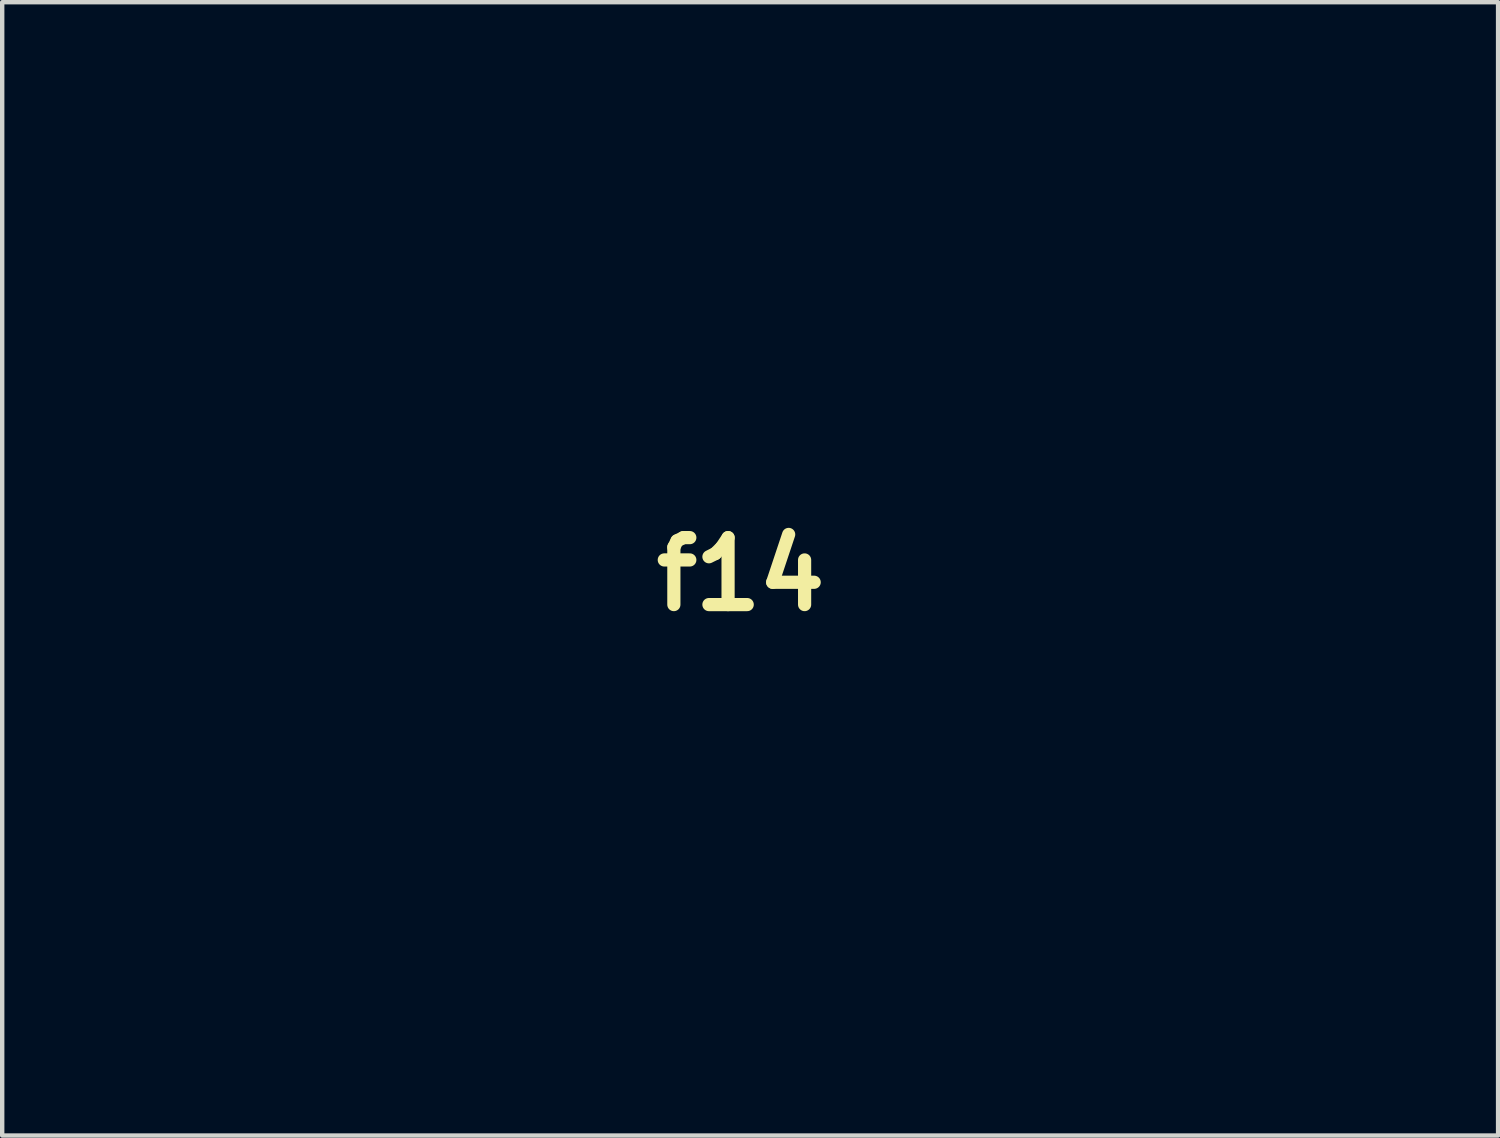
<source format=kicad_pcb>
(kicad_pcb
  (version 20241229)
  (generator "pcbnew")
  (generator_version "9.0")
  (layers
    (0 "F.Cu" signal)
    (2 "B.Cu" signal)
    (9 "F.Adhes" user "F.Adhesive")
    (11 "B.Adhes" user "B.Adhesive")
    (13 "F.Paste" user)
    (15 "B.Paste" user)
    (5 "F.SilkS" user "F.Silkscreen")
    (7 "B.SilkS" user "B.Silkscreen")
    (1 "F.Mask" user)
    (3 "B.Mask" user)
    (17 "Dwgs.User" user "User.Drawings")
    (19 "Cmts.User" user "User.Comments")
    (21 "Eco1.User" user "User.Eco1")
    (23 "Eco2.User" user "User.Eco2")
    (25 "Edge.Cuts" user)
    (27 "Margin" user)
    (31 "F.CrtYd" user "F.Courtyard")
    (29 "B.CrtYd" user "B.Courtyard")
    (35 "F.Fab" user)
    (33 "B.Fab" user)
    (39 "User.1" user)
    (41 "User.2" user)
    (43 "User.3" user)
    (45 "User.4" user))
  (footprint "f14"
    (layer "F.Cu")
    (at 13.81 10.02)
    (property "Reference" "f14" (at 0 0 0) (layer "F.SilkS") (effects (font (size 1.524 1.524) (thickness 0.3))))
    (attr board_only exclude_from_pos_files exclude_from_bom)
    (fp_poly (pts (xy 2.432 -10.014) (xy 2.44 -9.999) (xy 2.447 -9.97) (xy 2.454 -9.925) (xy 2.461 -9.859) (xy 2.469 -9.77) (xy 2.477 -9.653) (xy 2.485 -9.506) (xy 2.495 -9.326) (xy 2.506 -9.107) (xy 2.519 -8.848) (xy 2.533 -8.545) (xy 2.544 -8.325) (xy 2.561 -7.945) (xy 2.577 -7.613) (xy 2.59 -7.324) (xy 2.601 -7.075) (xy 2.609 -6.863) (xy 2.616 -6.685) (xy 2.621 -6.538) (xy 2.625 -6.418) (xy 2.626 -6.322) (xy 2.626 -6.246) (xy 2.625 -6.189) (xy 2.622 -6.146) (xy 2.618 -6.114) (xy 2.614 -6.094) (xy 2.606 -6.054) (xy 2.616 -6.034) (xy 2.654 -6.026) (xy 2.731 -6.025) (xy 2.731 -6.025) (xy 2.869 -6.001) (xy 3.008 -5.936) (xy 3.14 -5.835) (xy 3.256 -5.706) (xy 3.348 -5.556) (xy 3.378 -5.487) (xy 3.388 -5.462) (xy 3.398 -5.445) (xy 3.416 -5.44) (xy 3.447 -5.449) (xy 3.497 -5.474) (xy 3.573 -5.518) (xy 3.681 -5.583) (xy 3.791 -5.651) (xy 4.067 -5.818) (xy 5.48 -5.987) (xy 5.741 -6.018) (xy 5.986 -6.048) (xy 6.213 -6.075) (xy 6.415 -6.1) (xy 6.588 -6.122) (xy 6.729 -6.14) (xy 6.833 -6.154) (xy 6.894 -6.162) (xy 6.91 -6.165) (xy 6.951 -6.169) (xy 7.027 -6.159) (xy 7.126 -6.14) (xy 7.237 -6.112) (xy 7.346 -6.081) (xy 7.442 -6.048) (xy 7.492 -6.026) (xy 7.596 -5.969) (xy 7.657 -5.913) (xy 7.68 -5.848) (xy 7.671 -5.765) (xy 7.661 -5.727) (xy 7.617 -5.63) (xy 7.547 -5.564) (xy 7.44 -5.518) (xy 7.399 -5.503) (xy 7.319 -5.469) (xy 7.202 -5.42) (xy 7.052 -5.356) (xy 6.875 -5.278) (xy 6.672 -5.19) (xy 6.449 -5.093) (xy 6.209 -4.987) (xy 5.956 -4.876) (xy 5.694 -4.76) (xy 5.426 -4.642) (xy 5.157 -4.523) (xy 4.891 -4.405) (xy 4.631 -4.29) (xy 4.381 -4.179) (xy 4.146 -4.074) (xy 3.928 -3.976) (xy 3.733 -3.888) (xy 3.563 -3.812) (xy 3.423 -3.748) (xy 3.316 -3.699) (xy 3.247 -3.666) (xy 3.219 -3.651) (xy 3.219 -3.651) (xy 3.219 -3.649) (xy 3.218 -3.647) (xy 3.218 -3.645) (xy 3.219 -3.644) (xy 3.225 -3.643) (xy 3.237 -3.644) (xy 3.257 -3.645) (xy 3.287 -3.647) (xy 3.329 -3.651) (xy 3.385 -3.656) (xy 3.456 -3.663) (xy 3.545 -3.672) (xy 3.654 -3.684) (xy 3.784 -3.698) (xy 3.937 -3.714) (xy 4.116 -3.733) (xy 4.322 -3.756) (xy 4.557 -3.781) (xy 4.823 -3.81) (xy 5.122 -3.843) (xy 5.455 -3.88) (xy 5.826 -3.92) (xy 6.235 -3.965) (xy 6.685 -4.015) (xy 7.177 -4.069) (xy 7.714 -4.128) (xy 8.297 -4.192) (xy 8.791 -4.246) (xy 9.422 -4.315) (xy 10.006 -4.379) (xy 10.542 -4.438) (xy 11.035 -4.492) (xy 11.484 -4.54) (xy 11.892 -4.584) (xy 12.26 -4.624) (xy 12.591 -4.659) (xy 12.885 -4.69) (xy 13.145 -4.717) (xy 13.372 -4.74) (xy 13.568 -4.76) (xy 13.734 -4.776) (xy 13.873 -4.789) (xy 13.986 -4.799) (xy 14.074 -4.805) (xy 14.14 -4.809) (xy 14.185 -4.811) (xy 14.21 -4.81) (xy 14.218 -4.807) (xy 14.235 -4.756) (xy 14.214 -4.683) (xy 14.156 -4.584) (xy 14.121 -4.535) (xy 14.083 -4.485) (xy 14.04 -4.433) (xy 13.988 -4.373) (xy 13.921 -4.3) (xy 13.834 -4.208) (xy 13.722 -4.092) (xy 13.582 -3.946) (xy 13.428 -3.815) (xy 13.254 -3.714) (xy 13.075 -3.652) (xy 13.025 -3.642) (xy 12.991 -3.635) (xy 12.91 -3.617) (xy 12.786 -3.589) (xy 12.62 -3.552) (xy 12.415 -3.506) (xy 12.173 -3.451) (xy 11.896 -3.389) (xy 11.588 -3.319) (xy 11.251 -3.243) (xy 10.886 -3.16) (xy 10.497 -3.072) (xy 10.085 -2.978) (xy 9.654 -2.88) (xy 9.206 -2.778) (xy 8.742 -2.672) (xy 8.266 -2.564) (xy 8.213 -2.552) (xy 7.568 -2.405) (xy 6.972 -2.268) (xy 6.423 -2.142) (xy 5.922 -2.027) (xy 5.468 -1.922) (xy 5.061 -1.828) (xy 4.7 -1.743) (xy 4.385 -1.669) (xy 4.115 -1.605) (xy 3.889 -1.551) (xy 3.709 -1.506) (xy 3.572 -1.471) (xy 3.479 -1.446) (xy 3.429 -1.431) (xy 3.421 -1.427) (xy 3.386 -1.401) (xy 3.318 -1.344) (xy 3.221 -1.262) (xy 3.099 -1.157) (xy 2.955 -1.032) (xy 2.794 -0.892) (xy 2.62 -0.74) (xy 2.441 -0.582) (xy 1.541 0.212) (xy 1.373 0.637) (xy 1.289 0.85) (xy 1.218 1.022) (xy 1.159 1.159) (xy 1.108 1.266) (xy 1.063 1.35) (xy 1.02 1.417) (xy 0.976 1.472) (xy 0.929 1.521) (xy 0.927 1.523) (xy 0.888 1.559) (xy 0.849 1.591) (xy 0.803 1.619) (xy 0.744 1.648) (xy 0.664 1.681) (xy 0.558 1.72) (xy 0.419 1.769) (xy 0.239 1.83) (xy 0.222 1.835) (xy -0.365 2.033) (xy -0.509 2.241) (xy -0.573 2.329) (xy -0.628 2.398) (xy -0.669 2.441) (xy -0.683 2.45) (xy -0.718 2.456) (xy -0.79 2.474) (xy -0.889 2.499) (xy -0.992 2.527) (xy -1.27 2.604) (xy -1.409 2.835) (xy -1.479 2.958) (xy -1.548 3.092) (xy -1.606 3.216) (xy -1.627 3.265) (xy -1.671 3.369) (xy -1.717 3.467) (xy -1.756 3.54) (xy -1.763 3.55) (xy -1.806 3.62) (xy -1.859 3.711) (xy -1.901 3.788) (xy -2.016 3.999) (xy -2.109 4.171) (xy -2.183 4.308) (xy -2.24 4.413) (xy -2.282 4.492) (xy -2.313 4.548) (xy -2.333 4.586) (xy -2.346 4.61) (xy -2.351 4.619) (xy -2.383 4.681) (xy -2.427 4.776) (xy -2.48 4.891) (xy -2.533 5.012) (xy -2.582 5.125) (xy -2.615 5.205) (xy -2.659 5.294) (xy -2.726 5.408) (xy -2.807 5.53) (xy -2.868 5.614) (xy -2.985 5.773) (xy -3.073 5.906) (xy -3.137 6.024) (xy -3.184 6.137) (xy -3.215 6.239) (xy -3.248 6.348) (xy -3.292 6.464) (xy -3.314 6.515) (xy -3.356 6.596) (xy -3.42 6.705) (xy -3.498 6.831) (xy -3.584 6.964) (xy -3.672 7.094) (xy -3.756 7.212) (xy -3.827 7.309) (xy -3.882 7.373) (xy -3.888 7.38) (xy -3.936 7.437) (xy -4 7.523) (xy -4.069 7.626) (xy -4.116 7.7) (xy -4.271 7.943) (xy -4.421 8.151) (xy -4.566 8.327) (xy -4.629 8.401) (xy -4.708 8.497) (xy -4.788 8.599) (xy -4.812 8.63) (xy -4.876 8.709) (xy -4.959 8.804) (xy -5.054 8.911) (xy -5.157 9.021) (xy -5.261 9.13) (xy -5.359 9.23) (xy -5.446 9.316) (xy -5.516 9.381) (xy -5.562 9.418) (xy -5.576 9.425) (xy -5.605 9.442) (xy -5.659 9.487) (xy -5.73 9.552) (xy -5.779 9.6) (xy -5.875 9.691) (xy -5.95 9.748) (xy -6.015 9.773) (xy -6.08 9.772) (xy -6.149 9.75) (xy -6.193 9.711) (xy -6.246 9.635) (xy -6.301 9.531) (xy -6.355 9.408) (xy -6.402 9.278) (xy -6.438 9.151) (xy -6.445 9.121) (xy -6.461 9.034) (xy -6.471 8.948) (xy -6.477 8.852) (xy -6.478 8.735) (xy -6.475 8.587) (xy -6.471 8.45) (xy -6.461 8.215) (xy -6.449 8.017) (xy -6.434 7.839) (xy -6.413 7.669) (xy -6.386 7.491) (xy -6.35 7.292) (xy -6.318 7.13) (xy -6.284 6.955) (xy -6.261 6.819) (xy -6.247 6.713) (xy -6.242 6.625) (xy -6.244 6.548) (xy -6.246 6.53) (xy -6.249 6.399) (xy -6.233 6.267) (xy -6.21 6.162) (xy -6.18 6.04) (xy -6.147 5.911) (xy -6.12 5.802) (xy -6.119 5.8) (xy -6.064 5.599) (xy -6.002 5.401) (xy -5.935 5.22) (xy -5.871 5.068) (xy -5.836 5) (xy -5.732 4.801) (xy -5.655 4.634) (xy -5.602 4.487) (xy -5.57 4.354) (xy -5.556 4.224) (xy -5.555 4.171) (xy -5.547 4.061) (xy -5.526 3.916) (xy -5.495 3.746) (xy -5.455 3.564) (xy -5.41 3.382) (xy -5.362 3.211) (xy -5.314 3.063) (xy -5.305 3.038) (xy -5.264 2.927) (xy -5.23 2.834) (xy -5.207 2.767) (xy -5.198 2.738) (xy -5.22 2.729) (xy -5.286 2.716) (xy -5.39 2.702) (xy -5.526 2.686) (xy -5.687 2.67) (xy -5.737 2.665) (xy -5.922 2.649) (xy -6.062 2.634) (xy -6.163 2.621) (xy -6.229 2.607) (xy -6.266 2.59) (xy -6.279 2.568) (xy -6.273 2.54) (xy -6.254 2.505) (xy -6.246 2.493) (xy -6.224 2.447) (xy -6.19 2.366) (xy -6.15 2.263) (xy -6.118 2.176) (xy -6.077 2.056) (xy -6.052 1.972) (xy -6.041 1.914) (xy -6.043 1.869) (xy -6.052 1.838) (xy -6.062 1.8) (xy -6.083 1.717) (xy -6.112 1.596) (xy -6.148 1.44) (xy -6.191 1.255) (xy -6.24 1.045) (xy -6.292 0.816) (xy -6.348 0.572) (xy -6.37 0.475) (xy -6.425 0.229) (xy -6.478 -0.002) (xy -6.526 -0.213) (xy -6.569 -0.4) (xy -6.606 -0.558) (xy -6.636 -0.684) (xy -6.657 -0.771) (xy -6.668 -0.816) (xy -6.67 -0.822) (xy -6.675 -0.824) (xy -6.689 -0.827) (xy -6.713 -0.832) (xy -6.75 -0.838) (xy -6.803 -0.846) (xy -6.872 -0.856) (xy -6.961 -0.868) (xy -7.071 -0.883) (xy -7.206 -0.901) (xy -7.367 -0.922) (xy -7.556 -0.947) (xy -7.776 -0.976) (xy -8.029 -1.009) (xy -8.317 -1.046) (xy -8.643 -1.088) (xy -9.008 -1.135) (xy -9.415 -1.188) (xy -9.867 -1.246) (xy -10.364 -1.31) (xy -10.604 -1.341) (xy -13.687 -1.737) (xy -13.753 -1.857) (xy -13.78 -1.911) (xy -13.798 -1.957) (xy -13.807 -2.008) (xy -13.81 -2.076) (xy -13.806 -2.173) (xy -13.8 -2.271) (xy -13.791 -2.395) (xy -13.778 -2.507) (xy -13.764 -2.594) (xy -13.753 -2.639) (xy -13.722 -2.712) (xy -9.02 -2.876) (xy -8.446 -2.895) (xy -7.92 -2.914) (xy -7.44 -2.93) (xy -7.004 -2.945) (xy -6.609 -2.958) (xy -6.253 -2.97) (xy -5.935 -2.98) (xy -5.652 -2.989) (xy -5.401 -2.997) (xy -5.182 -3.003) (xy -4.991 -3.008) (xy -4.827 -3.012) (xy -4.687 -3.015) (xy -4.569 -3.017) (xy -4.471 -3.017) (xy -4.392 -3.017) (xy -4.328 -3.016) (xy -4.278 -3.014) (xy -4.24 -3.011) (xy -4.211 -3.008) (xy -4.19 -3.004) (xy -4.184 -3.002) (xy -4.051 -2.966) (xy -4.059 -2.871) (xy -4.058 -2.81) (xy -4.046 -2.775) (xy -4.041 -2.772) (xy -4.013 -2.789) (xy -3.967 -2.838) (xy -3.912 -2.907) (xy -3.856 -2.985) (xy -3.806 -3.061) (xy -3.772 -3.123) (xy -3.761 -3.161) (xy -3.762 -3.163) (xy -3.783 -3.182) (xy -3.841 -3.228) (xy -3.931 -3.296) (xy -4.049 -3.385) (xy -4.191 -3.491) (xy -4.353 -3.61) (xy -4.531 -3.741) (xy -4.667 -3.839) (xy -4.892 -4.003) (xy -5.08 -4.141) (xy -5.234 -4.256) (xy -5.357 -4.35) (xy -5.453 -4.428) (xy -5.524 -4.491) (xy -5.573 -4.544) (xy -5.605 -4.588) (xy -5.622 -4.628) (xy -5.628 -4.666) (xy -5.625 -4.705) (xy -5.62 -4.734) (xy -5.599 -4.796) (xy -5.554 -4.856) (xy -5.477 -4.927) (xy -5.463 -4.938) (xy -5.356 -5.016) (xy -5.23 -5.091) (xy -5.099 -5.158) (xy -4.975 -5.21) (xy -4.87 -5.242) (xy -4.812 -5.25) (xy -4.766 -5.252) (xy -4.678 -5.257) (xy -4.554 -5.266) (xy -4.4 -5.277) (xy -4.221 -5.29) (xy -4.026 -5.305) (xy -3.818 -5.321) (xy -3.604 -5.337) (xy -3.391 -5.354) (xy -3.184 -5.371) (xy -2.989 -5.387) (xy -2.813 -5.401) (xy -2.661 -5.414) (xy -2.539 -5.425) (xy -2.454 -5.433) (xy -2.411 -5.438) (xy -2.407 -5.439) (xy -2.401 -5.449) (xy -2.395 -5.477) (xy -2.391 -5.527) (xy -2.387 -5.6) (xy -2.384 -5.7) (xy -2.381 -5.831) (xy -2.38 -5.994) (xy -2.379 -6.194) (xy -2.378 -6.433) (xy -2.378 -6.714) (xy -2.378 -7.04) (xy -2.379 -7.252) (xy -2.383 -9.054) (xy -2.3 -9.216) (xy -2.203 -9.369) (xy -2.083 -9.502) (xy -1.994 -9.577) (xy -1.928 -9.618) (xy -1.882 -9.62) (xy -1.852 -9.583) (xy -1.835 -9.502) (xy -1.828 -9.376) (xy -1.827 -9.288) (xy -1.826 -9.227) (xy -1.824 -9.166) (xy -1.819 -9.099) (xy -1.811 -9.023) (xy -1.799 -8.933) (xy -1.782 -8.825) (xy -1.76 -8.695) (xy -1.732 -8.539) (xy -1.698 -8.352) (xy -1.656 -8.13) (xy -1.606 -7.868) (xy -1.547 -7.564) (xy -1.525 -7.449) (xy -1.462 -7.126) (xy -1.409 -6.848) (xy -1.364 -6.613) (xy -1.326 -6.415) (xy -1.295 -6.252) (xy -1.271 -6.12) (xy -1.252 -6.016) (xy -1.239 -5.935) (xy -1.23 -5.875) (xy -1.225 -5.83) (xy -1.223 -5.799) (xy -1.223 -5.777) (xy -1.226 -5.761) (xy -1.228 -5.751) (xy -1.221 -5.727) (xy -1.177 -5.709) (xy -1.11 -5.698) (xy -0.967 -5.661) (xy -0.813 -5.588) (xy -0.663 -5.488) (xy -0.625 -5.456) (xy -0.555 -5.404) (xy -0.511 -5.388) (xy -0.494 -5.395) (xy -0.442 -5.425) (xy -0.356 -5.463) (xy -0.249 -5.504) (xy -0.135 -5.543) (xy -0.029 -5.575) (xy 0.055 -5.595) (xy 0.095 -5.6) (xy 0.142 -5.602) (xy 0.177 -5.614) (xy 0.212 -5.643) (xy 0.254 -5.697) (xy 0.313 -5.785) (xy 0.322 -5.8) (xy 0.395 -5.906) (xy 0.453 -5.973) (xy 0.5 -6.008) (xy 0.52 -6.015) (xy 0.595 -6.042) (xy 0.651 -6.071) (xy 0.787 -6.148) (xy 0.899 -6.19) (xy 0.978 -6.2) (xy 1.041 -6.193) (xy 1.096 -6.165) (xy 1.162 -6.107) (xy 1.175 -6.094) (xy 1.233 -6.03) (xy 1.264 -5.981) (xy 1.273 -5.928) (xy 1.271 -5.867) (xy 1.264 -5.747) (xy 1.481 -5.742) (xy 1.699 -5.737) (xy 1.715 -5.888) (xy 1.72 -5.938) (xy 1.728 -6.033) (xy 1.74 -6.169) (xy 1.755 -6.342) (xy 1.772 -6.546) (xy 1.792 -6.778) (xy 1.813 -7.033) (xy 1.836 -7.306) (xy 1.86 -7.593) (xy 1.874 -7.763) (xy 2.017 -9.488) (xy 2.112 -9.667) (xy 2.183 -9.788) (xy 2.256 -9.89) (xy 2.326 -9.967) (xy 2.387 -10.012) (xy 2.424 -10.02)) (stroke (width 0) (type solid)) (fill yes) (layer "F.Mask")))
  (gr_rect
    (start -3 -3)
    (end 31.044 22.793)
    (stroke (width 0.1) (type default))
    (fill no)
    (layer "Edge.Cuts")))
</source>
